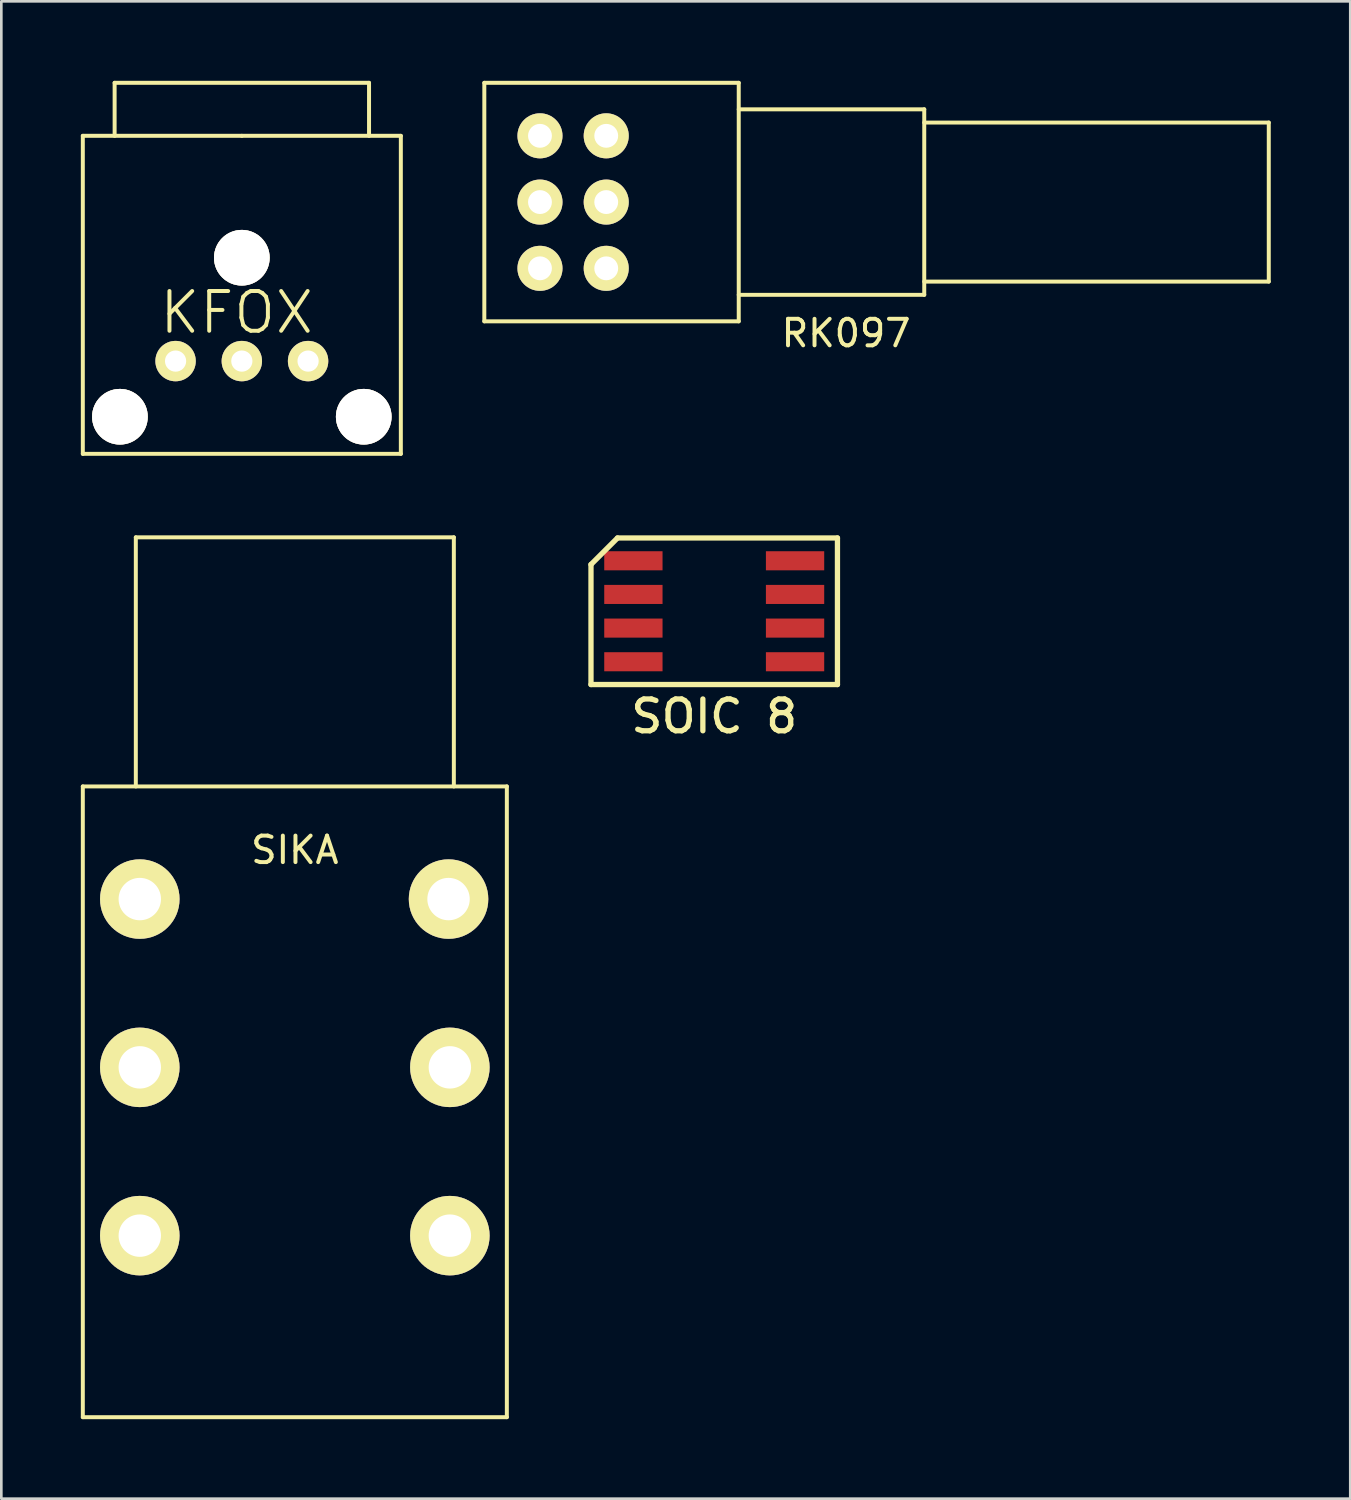
<source format=kicad_pcb>
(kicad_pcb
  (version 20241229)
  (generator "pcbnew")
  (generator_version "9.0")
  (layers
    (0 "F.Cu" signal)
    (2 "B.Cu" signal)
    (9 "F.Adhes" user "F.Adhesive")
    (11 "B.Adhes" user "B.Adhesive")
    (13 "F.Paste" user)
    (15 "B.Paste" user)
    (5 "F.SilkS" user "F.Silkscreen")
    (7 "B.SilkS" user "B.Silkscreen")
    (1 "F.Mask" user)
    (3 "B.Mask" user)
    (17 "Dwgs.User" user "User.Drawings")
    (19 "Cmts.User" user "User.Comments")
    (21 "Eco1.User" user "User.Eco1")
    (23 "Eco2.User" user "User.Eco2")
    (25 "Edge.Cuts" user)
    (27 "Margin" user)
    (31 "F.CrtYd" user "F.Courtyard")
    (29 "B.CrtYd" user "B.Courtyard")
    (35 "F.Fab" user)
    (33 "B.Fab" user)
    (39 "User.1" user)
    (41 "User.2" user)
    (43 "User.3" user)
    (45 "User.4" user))
  (footprint "RK097"
    (layer "F.Cu")
    (at 24.825 4.575)
    (property "Reference" "RK097" (at 4.05 4.95 0) (layer "F.SilkS") (effects (font (size 1 1) (thickness 0.15))))
    (attr through_hole)
    (fp_line (start -9.6 -4.5) (end -9.6 4.5) (stroke (width 0.15) (type solid)) (layer "F.SilkS"))
    (fp_line (start -9.6 4.5) (end 0 4.5) (stroke (width 0.15) (type solid)) (layer "F.SilkS"))
    (fp_line (start 0 -4.5) (end -9.6 -4.5) (stroke (width 0.15) (type solid)) (layer "F.SilkS"))
    (fp_line (start 0 -3.5) (end 7 -3.5) (stroke (width 0.15) (type solid)) (layer "F.SilkS"))
    (fp_line (start 0 4.5) (end 0 -4.5) (stroke (width 0.15) (type solid)) (layer "F.SilkS"))
    (fp_line (start 7 -3.5) (end 7 3.5) (stroke (width 0.15) (type solid)) (layer "F.SilkS"))
    (fp_line (start 7 -3) (end 20 -3) (stroke (width 0.15) (type solid)) (layer "F.SilkS"))
    (fp_line (start 7 3.5) (end 0 3.5) (stroke (width 0.15) (type solid)) (layer "F.SilkS"))
    (fp_line (start 20 -3) (end 20 3) (stroke (width 0.15) (type solid)) (layer "F.SilkS"))
    (fp_line (start 20 3) (end 7 3) (stroke (width 0.15) (type solid)) (layer "F.SilkS"))
    (pad "1" thru_hole circle (at -5 2.5) (size 1.7 1.7) (drill 0.9) (layers "*.Cu" "*.Mask" "F.SilkS"))
    (pad "2" thru_hole circle (at -5 0) (size 1.7 1.7) (drill 0.9) (layers "*.Cu" "*.Mask" "F.SilkS"))
    (pad "3" thru_hole circle (at -5 -2.5) (size 1.7 1.7) (drill 0.9) (layers "*.Cu" "*.Mask" "F.SilkS"))
    (pad "4" thru_hole circle (at -7.5 2.5) (size 1.7 1.7) (drill 0.9) (layers "*.Cu" "*.Mask" "F.SilkS"))
    (pad "5" thru_hole circle (at -7.5 0) (size 1.7 1.7) (drill 0.9) (layers "*.Cu" "*.Mask" "F.SilkS"))
    (pad "6" thru_hole circle (at -7.5 -2.5) (size 1.7 1.7) (drill 0.9) (layers "*.Cu" "*.Mask" "F.SilkS")))
  (footprint "SOIC 8"
    (layer "F.Cu")
    (at 23.9 20.015)
    (property "Reference" "SOIC 8" (at 0 3.965 0) (layer "F.SilkS") (effects (font (size 1.2 1.2) (thickness 0.2))))
    (attr through_hole)
    (fp_line (start -4.65 -1.765) (end -4.65 2.765) (stroke (width 0.2) (type solid)) (layer "F.SilkS"))
    (fp_line (start -4.65 2.765) (end 4.65 2.765) (stroke (width 0.2) (type solid)) (layer "F.SilkS"))
    (fp_line (start -3.65 -2.765) (end -4.65 -1.765) (stroke (width 0.2) (type solid)) (layer "F.SilkS"))
    (fp_line (start 4.65 -2.765) (end -3.65 -2.765) (stroke (width 0.2) (type solid)) (layer "F.SilkS"))
    (fp_line (start 4.65 2.765) (end 4.65 -2.765) (stroke (width 0.2) (type solid)) (layer "F.SilkS"))
    (pad "1" smd rect (at -3.05 -1.905) (size 2.2 0.72) (layers "F.Cu" "F.Mask" "F.Paste"))
    (pad "2" smd rect (at -3.05 -0.635) (size 2.2 0.72) (layers "F.Cu" "F.Mask" "F.Paste"))
    (pad "3" smd rect (at -3.05 0.635) (size 2.2 0.72) (layers "F.Cu" "F.Mask" "F.Paste"))
    (pad "4" smd rect (at -3.05 1.905) (size 2.2 0.72) (layers "F.Cu" "F.Mask" "F.Paste"))
    (pad "5" smd rect (at 3.05 1.905) (size 2.2 0.72) (layers "F.Cu" "F.Mask" "F.Paste"))
    (pad "6" smd rect (at 3.05 0.635) (size 2.2 0.72) (layers "F.Cu" "F.Mask" "F.Paste"))
    (pad "7" smd rect (at 3.05 -0.635) (size 2.2 0.72) (layers "F.Cu" "F.Mask" "F.Paste"))
    (pad "8" smd rect (at 3.05 -1.905) (size 2.2 0.72) (layers "F.Cu" "F.Mask" "F.Paste")))
  (footprint "SIKA"
    (layer "F.Cu")
    (at 8.075 26.625)
    (property "Reference" "SIKA" (at 0 2.4 0) (layer "F.SilkS") (effects (font (size 1 1) (thickness 0.15))))
    (attr through_hole)
    (fp_line (start -8 0) (end 8 0) (stroke (width 0.15) (type solid)) (layer "F.SilkS"))
    (fp_line (start -8 23.8) (end -8 0) (stroke (width 0.15) (type solid)) (layer "F.SilkS"))
    (fp_line (start -6 -9.4) (end -6 0) (stroke (width 0.15) (type solid)) (layer "F.SilkS"))
    (fp_line (start 6 -9.4) (end -6 -9.4) (stroke (width 0.15) (type solid)) (layer "F.SilkS"))
    (fp_line (start 6 0) (end 6 -9.4) (stroke (width 0.15) (type solid)) (layer "F.SilkS"))
    (fp_line (start 8 0) (end 8 23.8) (stroke (width 0.15) (type solid)) (layer "F.SilkS"))
    (fp_line (start 8 23.8) (end -8 23.8) (stroke (width 0.15) (type solid)) (layer "F.SilkS"))
    (pad "1" thru_hole circle (at -5.85 4.25) (size 3 3) (drill 1.6) (layers "*.Cu" "*.Mask" "F.SilkS"))
    (pad "1" thru_hole circle (at 5.8 4.25) (size 3 3) (drill 1.6) (layers "*.Cu" "*.Mask" "F.SilkS"))
    (pad "2" thru_hole circle (at -5.85 10.6) (size 3 3) (drill 1.6) (layers "*.Cu" "*.Mask" "F.SilkS"))
    (pad "2" thru_hole circle (at 5.85 10.6) (size 3 3) (drill 1.6) (layers "*.Cu" "*.Mask" "F.SilkS"))
    (pad "3" thru_hole circle (at -5.85 16.95) (size 3 3) (drill 1.6) (layers "*.Cu" "*.Mask" "F.SilkS"))
    (pad "3" thru_hole circle (at 5.85 16.95) (size 3 3) (drill 1.6) (layers "*.Cu" "*.Mask" "F.SilkS")))
  (footprint "KFOX"
    (layer "F.Cu")
    (at 6.075 6.675)
    (property "Reference" "KFOX" (at -0.195 2.07 0) (layer "F.SilkS") (effects (font (size 1.5 1.5) (thickness 0.15))))
    (attr through_hole)
    (fp_line (start -6 -4.6) (end 0 -4.6) (stroke (width 0.15) (type solid)) (layer "F.SilkS"))
    (fp_line (start -6 7.4) (end -6 -4.6) (stroke (width 0.15) (type solid)) (layer "F.SilkS"))
    (fp_line (start -4.8 -6.6) (end -4.8 -4.6) (stroke (width 0.15) (type solid)) (layer "F.SilkS"))
    (fp_line (start 0 -4.6) (end 6 -4.6) (stroke (width 0.15) (type solid)) (layer "F.SilkS"))
    (fp_line (start 4.8 -6.6) (end -4.8 -6.6) (stroke (width 0.15) (type solid)) (layer "F.SilkS"))
    (fp_line (start 4.8 -4.6) (end 4.8 -6.6) (stroke (width 0.15) (type solid)) (layer "F.SilkS"))
    (fp_line (start 6 -4.6) (end 6 7.4) (stroke (width 0.15) (type solid)) (layer "F.SilkS"))
    (fp_line (start 6 7.4) (end -6 7.4) (stroke (width 0.15) (type solid)) (layer "F.SilkS"))
    (pad "" thru_hole circle (at -4.6 6) (size 2.1 2.1) (drill 2.1) (layers "*.Cu" "*.Mask" "F.SilkS"))
    (pad "" thru_hole circle (at 0 0) (size 2.1 2.1) (drill 2.1) (layers "*.Cu" "*.Mask" "F.SilkS"))
    (pad "" thru_hole circle (at 4.6 6) (size 2.1 2.1) (drill 2.1) (layers "*.Cu" "*.Mask" "F.SilkS"))
    (pad "1" thru_hole circle (at -2.5 3.9) (size 1.524 1.524) (drill 0.8) (layers "*.Cu" "*.Mask" "F.SilkS"))
    (pad "2" thru_hole circle (at 0 3.9) (size 1.524 1.524) (drill 0.8) (layers "*.Cu" "*.Mask" "F.SilkS"))
    (pad "3" thru_hole circle (at 2.5 3.9) (size 1.524 1.524) (drill 0.8) (layers "*.Cu" "*.Mask" "F.SilkS")))
  (gr_rect
    (start -3 -3)
    (end 47.9 53.5)
    (stroke (width 0.1) (type default))
    (fill no)
    (layer "Edge.Cuts")))
</source>
